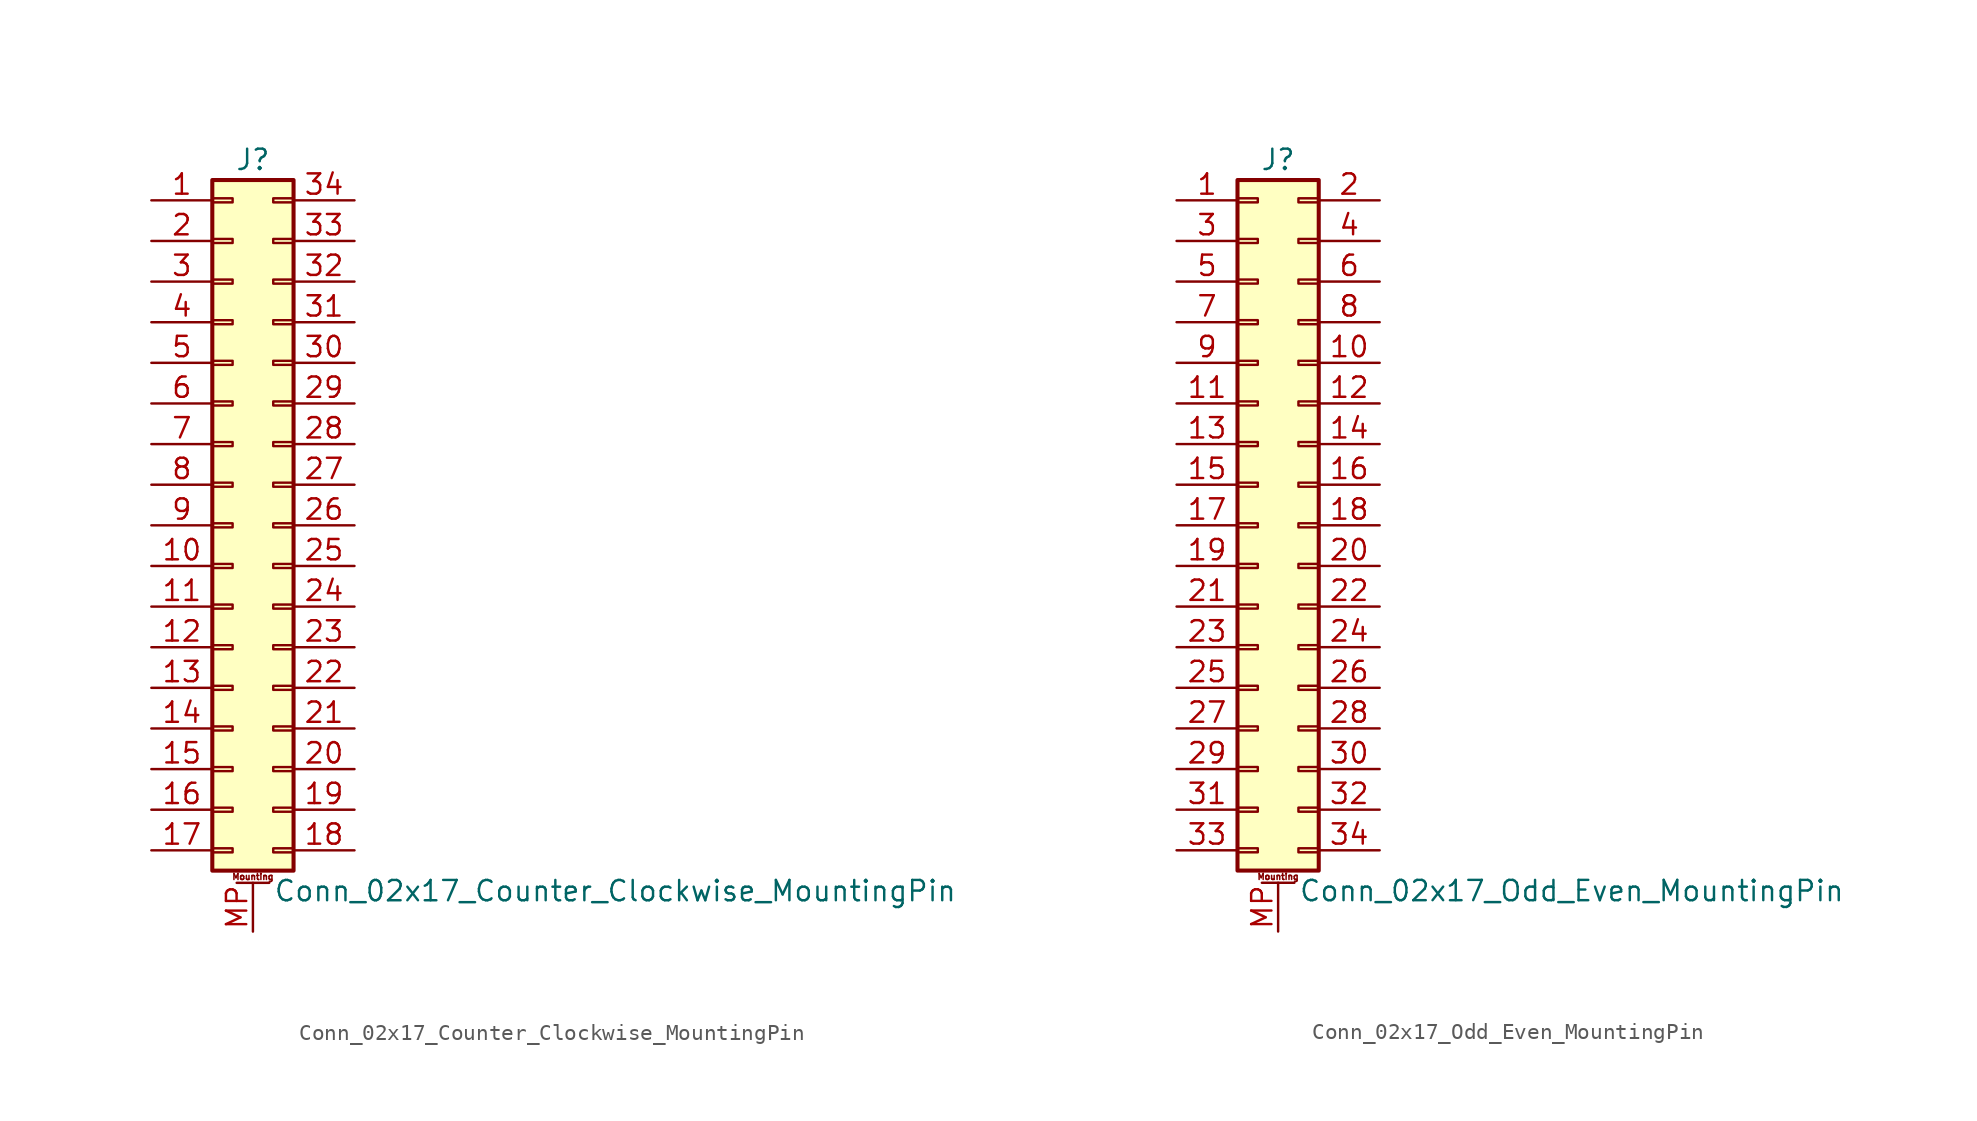
<source format=kicad_sym>
(kicad_symbol_lib
  (version 20201005)
  (generator kicad_symbol_editor)
  (symbol "Conn_02x17_Counter_Clockwise_MountingPin"
    (pin_names
      (offset 1.016) hide)
    (property "Reference" "J"
      (at 1.27 22.86 0)
      (effects (font (size 1.27 1.27))))
    (property "Value" "Conn_02x17_Counter_Clockwise_MountingPin"
      (at 2.54 -22.86 0)
      (effects (font (size 1.27 1.27)) (justify left)))
    (symbol "Conn_02x17_Counter_Clockwise_MountingPin_1_1"
      (text "Mounting" (at 1.27 -21.971 0) (effects (font (size 0.381 0.381))))
      (rectangle (start -1.27 -20.193) (end 0 -20.447) (stroke (width 0.152)) (fill (type none)))
      (rectangle (start -1.27 -17.653) (end 0 -17.907) (stroke (width 0.152)) (fill (type none)))
      (rectangle (start -1.27 -15.113) (end 0 -15.367) (stroke (width 0.152)) (fill (type none)))
      (rectangle (start -1.27 -12.573) (end 0 -12.827) (stroke (width 0.152)) (fill (type none)))
      (rectangle (start -1.27 -10.033) (end 0 -10.287) (stroke (width 0.152)) (fill (type none)))
      (rectangle (start -1.27 -7.493) (end 0 -7.747) (stroke (width 0.152)) (fill (type none)))
      (rectangle (start -1.27 -4.953) (end 0 -5.207) (stroke (width 0.152)) (fill (type none)))
      (rectangle (start -1.27 -2.413) (end 0 -2.667) (stroke (width 0.152)) (fill (type none)))
      (rectangle (start -1.27 0.127) (end 0 -0.127) (stroke (width 0.152)) (fill (type none)))
      (rectangle (start -1.27 2.667) (end 0 2.413) (stroke (width 0.152)) (fill (type none)))
      (rectangle (start -1.27 5.207) (end 0 4.953) (stroke (width 0.152)) (fill (type none)))
      (rectangle (start -1.27 7.747) (end 0 7.493) (stroke (width 0.152)) (fill (type none)))
      (rectangle (start -1.27 10.287) (end 0 10.033) (stroke (width 0.152)) (fill (type none)))
      (rectangle (start -1.27 12.827) (end 0 12.573) (stroke (width 0.152)) (fill (type none)))
      (rectangle (start -1.27 15.367) (end 0 15.113) (stroke (width 0.152)) (fill (type none)))
      (rectangle (start -1.27 17.907) (end 0 17.653) (stroke (width 0.152)) (fill (type none)))
      (rectangle (start -1.27 20.447) (end 0 20.193) (stroke (width 0.152)) (fill (type none)))
      (rectangle (start 3.81 -20.193) (end 2.54 -20.447) (stroke (width 0.152)) (fill (type none)))
      (rectangle (start 3.81 -17.653) (end 2.54 -17.907) (stroke (width 0.152)) (fill (type none)))
      (rectangle (start 3.81 -15.113) (end 2.54 -15.367) (stroke (width 0.152)) (fill (type none)))
      (rectangle (start 3.81 -12.573) (end 2.54 -12.827) (stroke (width 0.152)) (fill (type none)))
      (rectangle (start 3.81 -10.033) (end 2.54 -10.287) (stroke (width 0.152)) (fill (type none)))
      (rectangle (start 3.81 -7.493) (end 2.54 -7.747) (stroke (width 0.152)) (fill (type none)))
      (rectangle (start 3.81 -4.953) (end 2.54 -5.207) (stroke (width 0.152)) (fill (type none)))
      (rectangle (start 3.81 -2.413) (end 2.54 -2.667) (stroke (width 0.152)) (fill (type none)))
      (rectangle (start 3.81 0.127) (end 2.54 -0.127) (stroke (width 0.152)) (fill (type none)))
      (rectangle (start 3.81 2.667) (end 2.54 2.413) (stroke (width 0.152)) (fill (type none)))
      (rectangle (start 3.81 5.207) (end 2.54 4.953) (stroke (width 0.152)) (fill (type none)))
      (rectangle (start 3.81 7.747) (end 2.54 7.493) (stroke (width 0.152)) (fill (type none)))
      (rectangle (start 3.81 10.287) (end 2.54 10.033) (stroke (width 0.152)) (fill (type none)))
      (rectangle (start 3.81 12.827) (end 2.54 12.573) (stroke (width 0.152)) (fill (type none)))
      (rectangle (start 3.81 15.367) (end 2.54 15.113) (stroke (width 0.152)) (fill (type none)))
      (rectangle (start 3.81 17.907) (end 2.54 17.653) (stroke (width 0.152)) (fill (type none)))
      (rectangle (start 3.81 20.447) (end 2.54 20.193) (stroke (width 0.152)) (fill (type none)))
      (rectangle (start -1.27 21.59) (end 3.81 -21.59) (stroke (width 0.254)) (fill (type background)))
      (polyline (pts (xy 0.254 -22.352) (xy 2.286 -22.352)) (stroke (width 0.152)) (fill (type none)))
      (pin passive line (at -5.08 20.32 0) (length 3.81) (name "Pin_1" (effects (font (size 1.27 1.27)))) (number "1" (effects (font (size 1.27 1.27)))))
      (pin passive line (at -5.08 -2.54 0) (length 3.81) (name "Pin_10" (effects (font (size 1.27 1.27)))) (number "10" (effects (font (size 1.27 1.27)))))
      (pin passive line (at -5.08 -5.08 0) (length 3.81) (name "Pin_11" (effects (font (size 1.27 1.27)))) (number "11" (effects (font (size 1.27 1.27)))))
      (pin passive line (at -5.08 -7.62 0) (length 3.81) (name "Pin_12" (effects (font (size 1.27 1.27)))) (number "12" (effects (font (size 1.27 1.27)))))
      (pin passive line (at -5.08 -10.16 0) (length 3.81) (name "Pin_13" (effects (font (size 1.27 1.27)))) (number "13" (effects (font (size 1.27 1.27)))))
      (pin passive line (at -5.08 -12.7 0) (length 3.81) (name "Pin_14" (effects (font (size 1.27 1.27)))) (number "14" (effects (font (size 1.27 1.27)))))
      (pin passive line (at -5.08 -15.24 0) (length 3.81) (name "Pin_15" (effects (font (size 1.27 1.27)))) (number "15" (effects (font (size 1.27 1.27)))))
      (pin passive line (at -5.08 -17.78 0) (length 3.81) (name "Pin_16" (effects (font (size 1.27 1.27)))) (number "16" (effects (font (size 1.27 1.27)))))
      (pin passive line (at -5.08 -20.32 0) (length 3.81) (name "Pin_17" (effects (font (size 1.27 1.27)))) (number "17" (effects (font (size 1.27 1.27)))))
      (pin passive line (at 7.62 -20.32 180) (length 3.81) (name "Pin_18" (effects (font (size 1.27 1.27)))) (number "18" (effects (font (size 1.27 1.27)))))
      (pin passive line (at 7.62 -17.78 180) (length 3.81) (name "Pin_19" (effects (font (size 1.27 1.27)))) (number "19" (effects (font (size 1.27 1.27)))))
      (pin passive line (at -5.08 17.78 0) (length 3.81) (name "Pin_2" (effects (font (size 1.27 1.27)))) (number "2" (effects (font (size 1.27 1.27)))))
      (pin passive line (at 7.62 -15.24 180) (length 3.81) (name "Pin_20" (effects (font (size 1.27 1.27)))) (number "20" (effects (font (size 1.27 1.27)))))
      (pin passive line (at 7.62 -12.7 180) (length 3.81) (name "Pin_21" (effects (font (size 1.27 1.27)))) (number "21" (effects (font (size 1.27 1.27)))))
      (pin passive line (at 7.62 -10.16 180) (length 3.81) (name "Pin_22" (effects (font (size 1.27 1.27)))) (number "22" (effects (font (size 1.27 1.27)))))
      (pin passive line (at 7.62 -7.62 180) (length 3.81) (name "Pin_23" (effects (font (size 1.27 1.27)))) (number "23" (effects (font (size 1.27 1.27)))))
      (pin passive line (at 7.62 -5.08 180) (length 3.81) (name "Pin_24" (effects (font (size 1.27 1.27)))) (number "24" (effects (font (size 1.27 1.27)))))
      (pin passive line (at 7.62 -2.54 180) (length 3.81) (name "Pin_25" (effects (font (size 1.27 1.27)))) (number "25" (effects (font (size 1.27 1.27)))))
      (pin passive line (at 7.62 0 180) (length 3.81) (name "Pin_26" (effects (font (size 1.27 1.27)))) (number "26" (effects (font (size 1.27 1.27)))))
      (pin passive line (at 7.62 2.54 180) (length 3.81) (name "Pin_27" (effects (font (size 1.27 1.27)))) (number "27" (effects (font (size 1.27 1.27)))))
      (pin passive line (at 7.62 5.08 180) (length 3.81) (name "Pin_28" (effects (font (size 1.27 1.27)))) (number "28" (effects (font (size 1.27 1.27)))))
      (pin passive line (at 7.62 7.62 180) (length 3.81) (name "Pin_29" (effects (font (size 1.27 1.27)))) (number "29" (effects (font (size 1.27 1.27)))))
      (pin passive line (at -5.08 15.24 0) (length 3.81) (name "Pin_3" (effects (font (size 1.27 1.27)))) (number "3" (effects (font (size 1.27 1.27)))))
      (pin passive line (at 7.62 10.16 180) (length 3.81) (name "Pin_30" (effects (font (size 1.27 1.27)))) (number "30" (effects (font (size 1.27 1.27)))))
      (pin passive line (at 7.62 12.7 180) (length 3.81) (name "Pin_31" (effects (font (size 1.27 1.27)))) (number "31" (effects (font (size 1.27 1.27)))))
      (pin passive line (at 7.62 15.24 180) (length 3.81) (name "Pin_32" (effects (font (size 1.27 1.27)))) (number "32" (effects (font (size 1.27 1.27)))))
      (pin passive line (at 7.62 17.78 180) (length 3.81) (name "Pin_33" (effects (font (size 1.27 1.27)))) (number "33" (effects (font (size 1.27 1.27)))))
      (pin passive line (at 7.62 20.32 180) (length 3.81) (name "Pin_34" (effects (font (size 1.27 1.27)))) (number "34" (effects (font (size 1.27 1.27)))))
      (pin passive line (at -5.08 12.7 0) (length 3.81) (name "Pin_4" (effects (font (size 1.27 1.27)))) (number "4" (effects (font (size 1.27 1.27)))))
      (pin passive line (at -5.08 10.16 0) (length 3.81) (name "Pin_5" (effects (font (size 1.27 1.27)))) (number "5" (effects (font (size 1.27 1.27)))))
      (pin passive line (at -5.08 7.62 0) (length 3.81) (name "Pin_6" (effects (font (size 1.27 1.27)))) (number "6" (effects (font (size 1.27 1.27)))))
      (pin passive line (at -5.08 5.08 0) (length 3.81) (name "Pin_7" (effects (font (size 1.27 1.27)))) (number "7" (effects (font (size 1.27 1.27)))))
      (pin passive line (at -5.08 2.54 0) (length 3.81) (name "Pin_8" (effects (font (size 1.27 1.27)))) (number "8" (effects (font (size 1.27 1.27)))))
      (pin passive line (at -5.08 0 0) (length 3.81) (name "Pin_9" (effects (font (size 1.27 1.27)))) (number "9" (effects (font (size 1.27 1.27)))))
      (pin passive line (at 1.27 -25.4 90) (length 3.048) (name "MountPin" (effects (font (size 1.27 1.27)))) (number "MP" (effects (font (size 1.27 1.27)))))))
  (symbol "Conn_02x17_Odd_Even_MountingPin"
    (pin_names
      (offset 1.016) hide)
    (property "Reference" "J"
      (at 1.27 22.86 0)
      (effects (font (size 1.27 1.27))))
    (property "Value" "Conn_02x17_Odd_Even_MountingPin"
      (at 2.54 -22.86 0)
      (effects (font (size 1.27 1.27)) (justify left)))
    (symbol "Conn_02x17_Odd_Even_MountingPin_1_1"
      (text "Mounting" (at 1.27 -21.971 0) (effects (font (size 0.381 0.381))))
      (rectangle (start -1.27 -20.193) (end 0 -20.447) (stroke (width 0.152)) (fill (type none)))
      (rectangle (start -1.27 -17.653) (end 0 -17.907) (stroke (width 0.152)) (fill (type none)))
      (rectangle (start -1.27 -15.113) (end 0 -15.367) (stroke (width 0.152)) (fill (type none)))
      (rectangle (start -1.27 -12.573) (end 0 -12.827) (stroke (width 0.152)) (fill (type none)))
      (rectangle (start -1.27 -10.033) (end 0 -10.287) (stroke (width 0.152)) (fill (type none)))
      (rectangle (start -1.27 -7.493) (end 0 -7.747) (stroke (width 0.152)) (fill (type none)))
      (rectangle (start -1.27 -4.953) (end 0 -5.207) (stroke (width 0.152)) (fill (type none)))
      (rectangle (start -1.27 -2.413) (end 0 -2.667) (stroke (width 0.152)) (fill (type none)))
      (rectangle (start -1.27 0.127) (end 0 -0.127) (stroke (width 0.152)) (fill (type none)))
      (rectangle (start -1.27 2.667) (end 0 2.413) (stroke (width 0.152)) (fill (type none)))
      (rectangle (start -1.27 5.207) (end 0 4.953) (stroke (width 0.152)) (fill (type none)))
      (rectangle (start -1.27 7.747) (end 0 7.493) (stroke (width 0.152)) (fill (type none)))
      (rectangle (start -1.27 10.287) (end 0 10.033) (stroke (width 0.152)) (fill (type none)))
      (rectangle (start -1.27 12.827) (end 0 12.573) (stroke (width 0.152)) (fill (type none)))
      (rectangle (start -1.27 15.367) (end 0 15.113) (stroke (width 0.152)) (fill (type none)))
      (rectangle (start -1.27 17.907) (end 0 17.653) (stroke (width 0.152)) (fill (type none)))
      (rectangle (start -1.27 20.447) (end 0 20.193) (stroke (width 0.152)) (fill (type none)))
      (rectangle (start 3.81 -20.193) (end 2.54 -20.447) (stroke (width 0.152)) (fill (type none)))
      (rectangle (start 3.81 -17.653) (end 2.54 -17.907) (stroke (width 0.152)) (fill (type none)))
      (rectangle (start 3.81 -15.113) (end 2.54 -15.367) (stroke (width 0.152)) (fill (type none)))
      (rectangle (start 3.81 -12.573) (end 2.54 -12.827) (stroke (width 0.152)) (fill (type none)))
      (rectangle (start 3.81 -10.033) (end 2.54 -10.287) (stroke (width 0.152)) (fill (type none)))
      (rectangle (start 3.81 -7.493) (end 2.54 -7.747) (stroke (width 0.152)) (fill (type none)))
      (rectangle (start 3.81 -4.953) (end 2.54 -5.207) (stroke (width 0.152)) (fill (type none)))
      (rectangle (start 3.81 -2.413) (end 2.54 -2.667) (stroke (width 0.152)) (fill (type none)))
      (rectangle (start 3.81 0.127) (end 2.54 -0.127) (stroke (width 0.152)) (fill (type none)))
      (rectangle (start 3.81 2.667) (end 2.54 2.413) (stroke (width 0.152)) (fill (type none)))
      (rectangle (start 3.81 5.207) (end 2.54 4.953) (stroke (width 0.152)) (fill (type none)))
      (rectangle (start 3.81 7.747) (end 2.54 7.493) (stroke (width 0.152)) (fill (type none)))
      (rectangle (start 3.81 10.287) (end 2.54 10.033) (stroke (width 0.152)) (fill (type none)))
      (rectangle (start 3.81 12.827) (end 2.54 12.573) (stroke (width 0.152)) (fill (type none)))
      (rectangle (start 3.81 15.367) (end 2.54 15.113) (stroke (width 0.152)) (fill (type none)))
      (rectangle (start 3.81 17.907) (end 2.54 17.653) (stroke (width 0.152)) (fill (type none)))
      (rectangle (start 3.81 20.447) (end 2.54 20.193) (stroke (width 0.152)) (fill (type none)))
      (rectangle (start -1.27 21.59) (end 3.81 -21.59) (stroke (width 0.254)) (fill (type background)))
      (polyline (pts (xy 0.254 -22.352) (xy 2.286 -22.352)) (stroke (width 0.152)) (fill (type none)))
      (pin passive line (at -5.08 20.32 0) (length 3.81) (name "Pin_1" (effects (font (size 1.27 1.27)))) (number "1" (effects (font (size 1.27 1.27)))))
      (pin passive line (at 7.62 10.16 180) (length 3.81) (name "Pin_10" (effects (font (size 1.27 1.27)))) (number "10" (effects (font (size 1.27 1.27)))))
      (pin passive line (at -5.08 7.62 0) (length 3.81) (name "Pin_11" (effects (font (size 1.27 1.27)))) (number "11" (effects (font (size 1.27 1.27)))))
      (pin passive line (at 7.62 7.62 180) (length 3.81) (name "Pin_12" (effects (font (size 1.27 1.27)))) (number "12" (effects (font (size 1.27 1.27)))))
      (pin passive line (at -5.08 5.08 0) (length 3.81) (name "Pin_13" (effects (font (size 1.27 1.27)))) (number "13" (effects (font (size 1.27 1.27)))))
      (pin passive line (at 7.62 5.08 180) (length 3.81) (name "Pin_14" (effects (font (size 1.27 1.27)))) (number "14" (effects (font (size 1.27 1.27)))))
      (pin passive line (at -5.08 2.54 0) (length 3.81) (name "Pin_15" (effects (font (size 1.27 1.27)))) (number "15" (effects (font (size 1.27 1.27)))))
      (pin passive line (at 7.62 2.54 180) (length 3.81) (name "Pin_16" (effects (font (size 1.27 1.27)))) (number "16" (effects (font (size 1.27 1.27)))))
      (pin passive line (at -5.08 0 0) (length 3.81) (name "Pin_17" (effects (font (size 1.27 1.27)))) (number "17" (effects (font (size 1.27 1.27)))))
      (pin passive line (at 7.62 0 180) (length 3.81) (name "Pin_18" (effects (font (size 1.27 1.27)))) (number "18" (effects (font (size 1.27 1.27)))))
      (pin passive line (at -5.08 -2.54 0) (length 3.81) (name "Pin_19" (effects (font (size 1.27 1.27)))) (number "19" (effects (font (size 1.27 1.27)))))
      (pin passive line (at 7.62 20.32 180) (length 3.81) (name "Pin_2" (effects (font (size 1.27 1.27)))) (number "2" (effects (font (size 1.27 1.27)))))
      (pin passive line (at 7.62 -2.54 180) (length 3.81) (name "Pin_20" (effects (font (size 1.27 1.27)))) (number "20" (effects (font (size 1.27 1.27)))))
      (pin passive line (at -5.08 -5.08 0) (length 3.81) (name "Pin_21" (effects (font (size 1.27 1.27)))) (number "21" (effects (font (size 1.27 1.27)))))
      (pin passive line (at 7.62 -5.08 180) (length 3.81) (name "Pin_22" (effects (font (size 1.27 1.27)))) (number "22" (effects (font (size 1.27 1.27)))))
      (pin passive line (at -5.08 -7.62 0) (length 3.81) (name "Pin_23" (effects (font (size 1.27 1.27)))) (number "23" (effects (font (size 1.27 1.27)))))
      (pin passive line (at 7.62 -7.62 180) (length 3.81) (name "Pin_24" (effects (font (size 1.27 1.27)))) (number "24" (effects (font (size 1.27 1.27)))))
      (pin passive line (at -5.08 -10.16 0) (length 3.81) (name "Pin_25" (effects (font (size 1.27 1.27)))) (number "25" (effects (font (size 1.27 1.27)))))
      (pin passive line (at 7.62 -10.16 180) (length 3.81) (name "Pin_26" (effects (font (size 1.27 1.27)))) (number "26" (effects (font (size 1.27 1.27)))))
      (pin passive line (at -5.08 -12.7 0) (length 3.81) (name "Pin_27" (effects (font (size 1.27 1.27)))) (number "27" (effects (font (size 1.27 1.27)))))
      (pin passive line (at 7.62 -12.7 180) (length 3.81) (name "Pin_28" (effects (font (size 1.27 1.27)))) (number "28" (effects (font (size 1.27 1.27)))))
      (pin passive line (at -5.08 -15.24 0) (length 3.81) (name "Pin_29" (effects (font (size 1.27 1.27)))) (number "29" (effects (font (size 1.27 1.27)))))
      (pin passive line (at -5.08 17.78 0) (length 3.81) (name "Pin_3" (effects (font (size 1.27 1.27)))) (number "3" (effects (font (size 1.27 1.27)))))
      (pin passive line (at 7.62 -15.24 180) (length 3.81) (name "Pin_30" (effects (font (size 1.27 1.27)))) (number "30" (effects (font (size 1.27 1.27)))))
      (pin passive line (at -5.08 -17.78 0) (length 3.81) (name "Pin_31" (effects (font (size 1.27 1.27)))) (number "31" (effects (font (size 1.27 1.27)))))
      (pin passive line (at 7.62 -17.78 180) (length 3.81) (name "Pin_32" (effects (font (size 1.27 1.27)))) (number "32" (effects (font (size 1.27 1.27)))))
      (pin passive line (at -5.08 -20.32 0) (length 3.81) (name "Pin_33" (effects (font (size 1.27 1.27)))) (number "33" (effects (font (size 1.27 1.27)))))
      (pin passive line (at 7.62 -20.32 180) (length 3.81) (name "Pin_34" (effects (font (size 1.27 1.27)))) (number "34" (effects (font (size 1.27 1.27)))))
      (pin passive line (at 7.62 17.78 180) (length 3.81) (name "Pin_4" (effects (font (size 1.27 1.27)))) (number "4" (effects (font (size 1.27 1.27)))))
      (pin passive line (at -5.08 15.24 0) (length 3.81) (name "Pin_5" (effects (font (size 1.27 1.27)))) (number "5" (effects (font (size 1.27 1.27)))))
      (pin passive line (at 7.62 15.24 180) (length 3.81) (name "Pin_6" (effects (font (size 1.27 1.27)))) (number "6" (effects (font (size 1.27 1.27)))))
      (pin passive line (at -5.08 12.7 0) (length 3.81) (name "Pin_7" (effects (font (size 1.27 1.27)))) (number "7" (effects (font (size 1.27 1.27)))))
      (pin passive line (at 7.62 12.7 180) (length 3.81) (name "Pin_8" (effects (font (size 1.27 1.27)))) (number "8" (effects (font (size 1.27 1.27)))))
      (pin passive line (at -5.08 10.16 0) (length 3.81) (name "Pin_9" (effects (font (size 1.27 1.27)))) (number "9" (effects (font (size 1.27 1.27)))))
      (pin passive line (at 1.27 -25.4 90) (length 3.048) (name "MountPin" (effects (font (size 1.27 1.27)))) (number "MP" (effects (font (size 1.27 1.27))))))))
</source>
